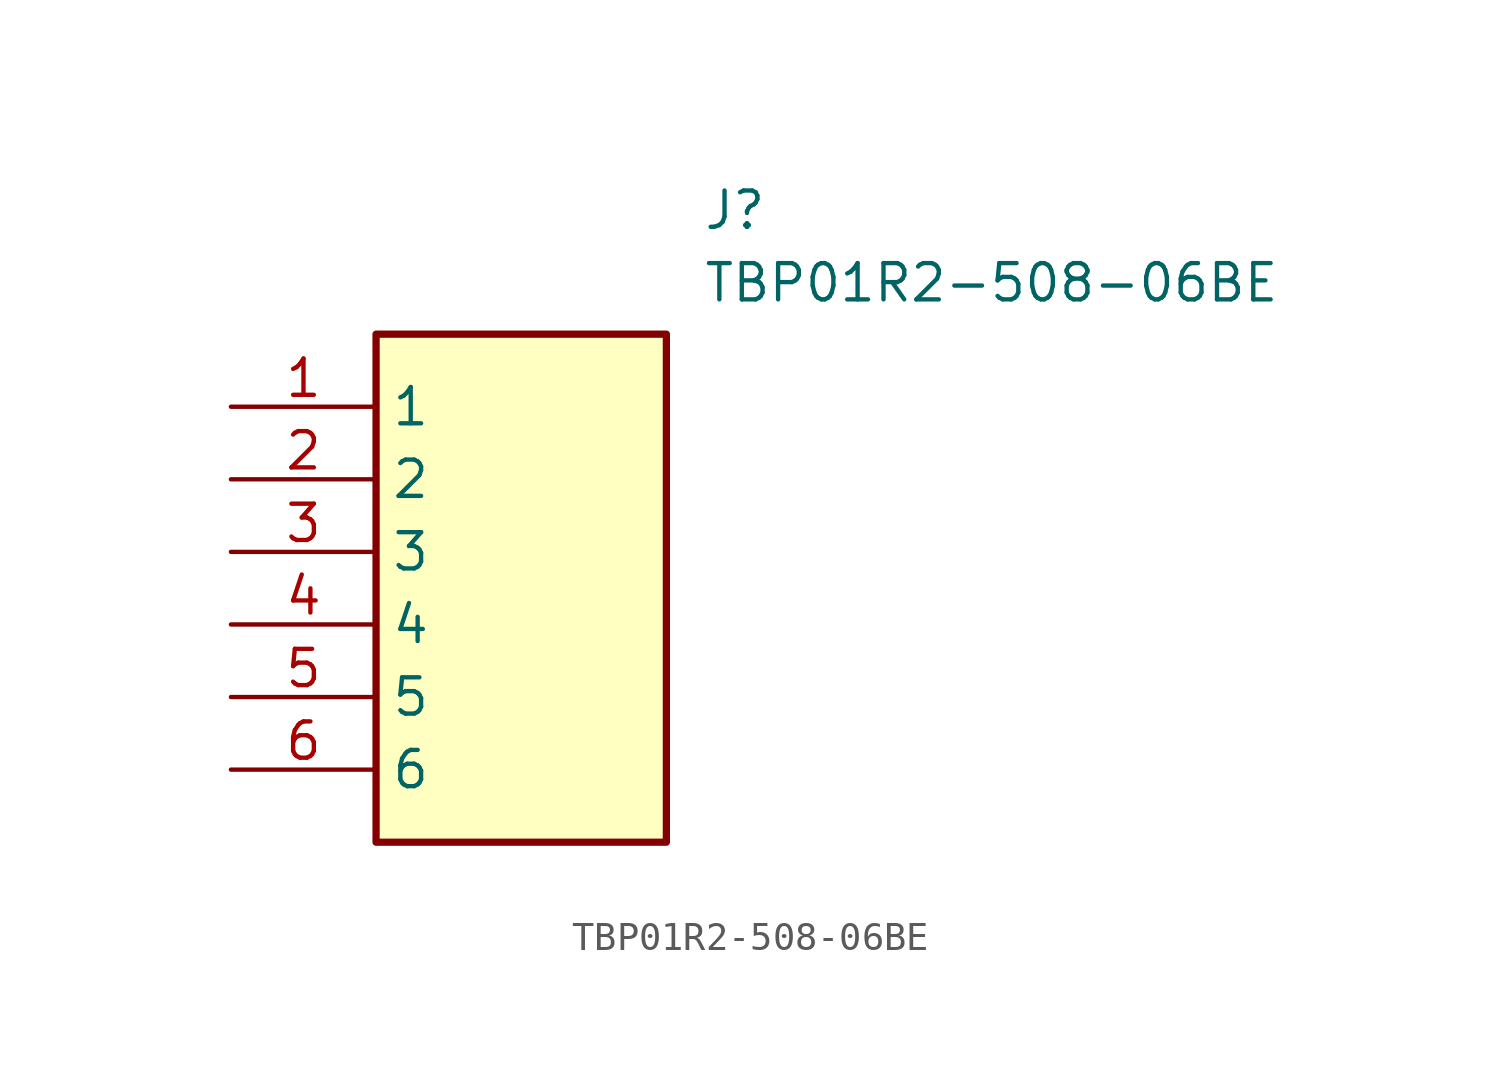
<source format=kicad_sym>
(kicad_symbol_lib
  (version 20211014)
  (generator SamacSys_ECAD_Model)
  (symbol "TBP01R2-508-06BE"
    (property "Reference" "J"
      (at 16.51 7.62 0)
      (effects (font (size 1.27 1.27)) (justify left top)))
    (property "Value" "TBP01R2-508-06BE"
      (at 16.51 5.08 0)
      (effects (font (size 1.27 1.27)) (justify left top)))
    (rectangle
      (start 5.08 2.54)
      (end 15.24 -15.24)
      (stroke (width 0.254) (type default))
      (fill (type background)))
    (pin passive line
      (at 0 0 0)
      (length 5.08)
      (name "1" (effects (font (size 1.27 1.27))))
      (number "1" (effects (font (size 1.27 1.27)))))
    (pin passive line
      (at 0 -2.54 0)
      (length 5.08)
      (name "2" (effects (font (size 1.27 1.27))))
      (number "2" (effects (font (size 1.27 1.27)))))
    (pin passive line
      (at 0 -5.08 0)
      (length 5.08)
      (name "3" (effects (font (size 1.27 1.27))))
      (number "3" (effects (font (size 1.27 1.27)))))
    (pin passive line
      (at 0 -7.62 0)
      (length 5.08)
      (name "4" (effects (font (size 1.27 1.27))))
      (number "4" (effects (font (size 1.27 1.27)))))
    (pin passive line
      (at 0 -10.16 0)
      (length 5.08)
      (name "5" (effects (font (size 1.27 1.27))))
      (number "5" (effects (font (size 1.27 1.27)))))
    (pin passive line
      (at 0 -12.7 0)
      (length 5.08)
      (name "6" (effects (font (size 1.27 1.27))))
      (number "6" (effects (font (size 1.27 1.27)))))))
</source>
